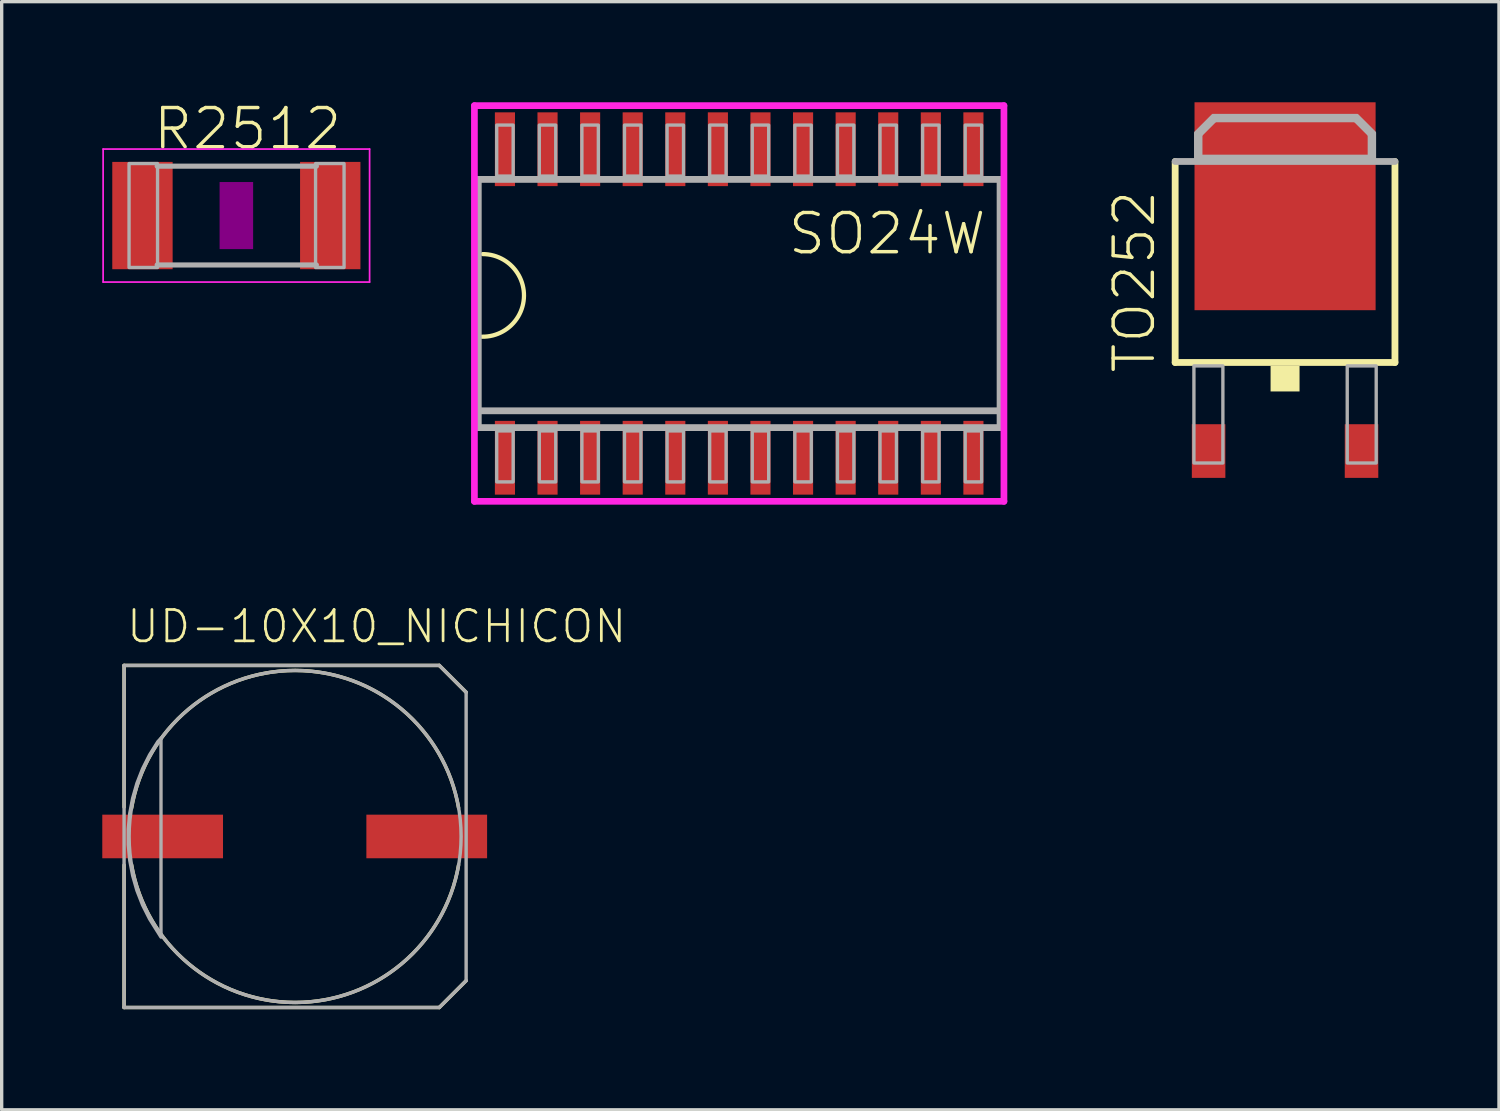
<source format=kicad_pcb>
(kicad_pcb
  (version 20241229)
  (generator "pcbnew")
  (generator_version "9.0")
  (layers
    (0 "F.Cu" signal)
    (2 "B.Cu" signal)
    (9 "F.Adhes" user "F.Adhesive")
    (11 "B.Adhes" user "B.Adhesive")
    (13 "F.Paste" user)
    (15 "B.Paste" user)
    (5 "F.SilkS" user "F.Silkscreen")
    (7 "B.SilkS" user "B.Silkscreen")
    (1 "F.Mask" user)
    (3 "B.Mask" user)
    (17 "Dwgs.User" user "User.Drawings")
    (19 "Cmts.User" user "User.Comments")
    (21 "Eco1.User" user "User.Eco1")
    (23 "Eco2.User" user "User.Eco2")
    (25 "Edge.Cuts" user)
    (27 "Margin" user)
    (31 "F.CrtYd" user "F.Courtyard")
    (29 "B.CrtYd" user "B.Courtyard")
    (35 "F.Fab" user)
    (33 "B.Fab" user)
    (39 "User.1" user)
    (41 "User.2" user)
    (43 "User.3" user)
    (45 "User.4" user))
  (footprint "SO24W"
    (layer "F.Cu")
    (at 18.992 6)
    (property "Reference" "SO24W" (at 1.397 -1.397 0) (layer "F.SilkS") (effects (font (size 1.168 1.168) (thickness 0.102)) (justify left bottom)))
    (fp_arc (start -7.6454 -1.4732) (mid -6.413434 -0.228468) (end -7.6708 0.9906) (stroke (width 0.127) (type solid)) (layer "F.SilkS"))
    (fp_line (start -7.895 -5.9) (end 7.895 -5.9) (stroke (width 0.2) (type solid)) (layer "F.CrtYd"))
    (fp_line (start -7.895 5.9) (end -7.895 -5.9) (stroke (width 0.2) (type solid)) (layer "F.CrtYd"))
    (fp_line (start 7.895 -5.9) (end 7.895 5.9) (stroke (width 0.2) (type solid)) (layer "F.CrtYd"))
    (fp_line (start 7.895 5.9) (end -7.895 5.9) (stroke (width 0.2) (type solid)) (layer "F.CrtYd"))
    (fp_line (start -7.78 -3.7) (end 7.78 -3.7) (stroke (width 0.203) (type solid)) (layer "F.Fab"))
    (fp_line (start -7.78 3.2) (end -7.78 -3.7) (stroke (width 0.203) (type solid)) (layer "F.Fab"))
    (fp_line (start -7.78 3.7) (end -7.78 3.2) (stroke (width 0.203) (type solid)) (layer "F.Fab"))
    (fp_line (start 7.78 -3.7) (end 7.78 3.2) (stroke (width 0.203) (type solid)) (layer "F.Fab"))
    (fp_line (start 7.78 3.2) (end -7.78 3.2) (stroke (width 0.203) (type solid)) (layer "F.Fab"))
    (fp_line (start 7.78 3.2) (end 7.78 3.7) (stroke (width 0.203) (type solid)) (layer "F.Fab"))
    (fp_line (start 7.78 3.7) (end -7.78 3.7) (stroke (width 0.203) (type solid)) (layer "F.Fab"))
    (fp_poly (pts (xy -7.23 -3.8) (xy -6.74 -3.8) (xy -6.74 -5.32) (xy -7.23 -5.32)) (stroke (width 0.1) (type default)) (fill no) (layer "F.Fab"))
    (fp_poly (pts (xy -7.23 5.32) (xy -6.74 5.32) (xy -6.74 3.8) (xy -7.23 3.8)) (stroke (width 0.1) (type default)) (fill no) (layer "F.Fab"))
    (fp_poly (pts (xy -5.96 -3.8) (xy -5.47 -3.8) (xy -5.47 -5.32) (xy -5.96 -5.32)) (stroke (width 0.1) (type default)) (fill no) (layer "F.Fab"))
    (fp_poly (pts (xy -5.96 5.32) (xy -5.47 5.32) (xy -5.47 3.8) (xy -5.96 3.8)) (stroke (width 0.1) (type default)) (fill no) (layer "F.Fab"))
    (fp_poly (pts (xy -4.69 -3.8) (xy -4.2 -3.8) (xy -4.2 -5.32) (xy -4.69 -5.32)) (stroke (width 0.1) (type default)) (fill no) (layer "F.Fab"))
    (fp_poly (pts (xy -4.69 5.32) (xy -4.2 5.32) (xy -4.2 3.8) (xy -4.69 3.8)) (stroke (width 0.1) (type default)) (fill no) (layer "F.Fab"))
    (fp_poly (pts (xy -3.42 -3.8) (xy -2.93 -3.8) (xy -2.93 -5.32) (xy -3.42 -5.32)) (stroke (width 0.1) (type default)) (fill no) (layer "F.Fab"))
    (fp_poly (pts (xy -3.42 5.32) (xy -2.93 5.32) (xy -2.93 3.8) (xy -3.42 3.8)) (stroke (width 0.1) (type default)) (fill no) (layer "F.Fab"))
    (fp_poly (pts (xy -2.15 -3.8) (xy -1.66 -3.8) (xy -1.66 -5.32) (xy -2.15 -5.32)) (stroke (width 0.1) (type default)) (fill no) (layer "F.Fab"))
    (fp_poly (pts (xy -2.15 5.32) (xy -1.66 5.32) (xy -1.66 3.8) (xy -2.15 3.8)) (stroke (width 0.1) (type default)) (fill no) (layer "F.Fab"))
    (fp_poly (pts (xy -0.88 -3.8) (xy -0.39 -3.8) (xy -0.39 -5.32) (xy -0.88 -5.32)) (stroke (width 0.1) (type default)) (fill no) (layer "F.Fab"))
    (fp_poly (pts (xy -0.88 5.32) (xy -0.39 5.32) (xy -0.39 3.8) (xy -0.88 3.8)) (stroke (width 0.1) (type default)) (fill no) (layer "F.Fab"))
    (fp_poly (pts (xy 0.39 -3.8) (xy 0.88 -3.8) (xy 0.88 -5.32) (xy 0.39 -5.32)) (stroke (width 0.1) (type default)) (fill no) (layer "F.Fab"))
    (fp_poly (pts (xy 0.39 5.32) (xy 0.88 5.32) (xy 0.88 3.8) (xy 0.39 3.8)) (stroke (width 0.1) (type default)) (fill no) (layer "F.Fab"))
    (fp_poly (pts (xy 1.66 -3.8) (xy 2.15 -3.8) (xy 2.15 -5.32) (xy 1.66 -5.32)) (stroke (width 0.1) (type default)) (fill no) (layer "F.Fab"))
    (fp_poly (pts (xy 1.66 5.32) (xy 2.15 5.32) (xy 2.15 3.8) (xy 1.66 3.8)) (stroke (width 0.1) (type default)) (fill no) (layer "F.Fab"))
    (fp_poly (pts (xy 2.93 -3.8) (xy 3.42 -3.8) (xy 3.42 -5.32) (xy 2.93 -5.32)) (stroke (width 0.1) (type default)) (fill no) (layer "F.Fab"))
    (fp_poly (pts (xy 2.93 5.32) (xy 3.42 5.32) (xy 3.42 3.8) (xy 2.93 3.8)) (stroke (width 0.1) (type default)) (fill no) (layer "F.Fab"))
    (fp_poly (pts (xy 4.2 -3.8) (xy 4.69 -3.8) (xy 4.69 -5.32) (xy 4.2 -5.32)) (stroke (width 0.1) (type default)) (fill no) (layer "F.Fab"))
    (fp_poly (pts (xy 4.2 5.32) (xy 4.69 5.32) (xy 4.69 3.8) (xy 4.2 3.8)) (stroke (width 0.1) (type default)) (fill no) (layer "F.Fab"))
    (fp_poly (pts (xy 5.47 -3.8) (xy 5.96 -3.8) (xy 5.96 -5.32) (xy 5.47 -5.32)) (stroke (width 0.1) (type default)) (fill no) (layer "F.Fab"))
    (fp_poly (pts (xy 5.47 5.32) (xy 5.96 5.32) (xy 5.96 3.8) (xy 5.47 3.8)) (stroke (width 0.1) (type default)) (fill no) (layer "F.Fab"))
    (fp_poly (pts (xy 6.74 -3.8) (xy 7.23 -3.8) (xy 7.23 -5.32) (xy 6.74 -5.32)) (stroke (width 0.1) (type default)) (fill no) (layer "F.Fab"))
    (fp_poly (pts (xy 6.74 5.32) (xy 7.23 5.32) (xy 7.23 3.8) (xy 6.74 3.8)) (stroke (width 0.1) (type default)) (fill no) (layer "F.Fab"))
    (pad "1" smd rect (at -6.985 4.6) (size 0.6 2.2) (layers "F.Cu" "F.Mask" "F.Paste"))
    (pad "2" smd rect (at -5.715 4.6) (size 0.6 2.2) (layers "F.Cu" "F.Mask" "F.Paste"))
    (pad "3" smd rect (at -4.445 4.6) (size 0.6 2.2) (layers "F.Cu" "F.Mask" "F.Paste"))
    (pad "4" smd rect (at -3.175 4.6) (size 0.6 2.2) (layers "F.Cu" "F.Mask" "F.Paste"))
    (pad "5" smd rect (at -1.905 4.6) (size 0.6 2.2) (layers "F.Cu" "F.Mask" "F.Paste"))
    (pad "6" smd rect (at -0.635 4.6) (size 0.6 2.2) (layers "F.Cu" "F.Mask" "F.Paste"))
    (pad "7" smd rect (at 0.635 4.6) (size 0.6 2.2) (layers "F.Cu" "F.Mask" "F.Paste"))
    (pad "8" smd rect (at 1.905 4.6) (size 0.6 2.2) (layers "F.Cu" "F.Mask" "F.Paste"))
    (pad "9" smd rect (at 3.175 4.6) (size 0.6 2.2) (layers "F.Cu" "F.Mask" "F.Paste"))
    (pad "10" smd rect (at 4.445 4.6) (size 0.6 2.2) (layers "F.Cu" "F.Mask" "F.Paste"))
    (pad "11" smd rect (at 5.715 4.6) (size 0.6 2.2) (layers "F.Cu" "F.Mask" "F.Paste"))
    (pad "12" smd rect (at 6.985 4.6) (size 0.6 2.2) (layers "F.Cu" "F.Mask" "F.Paste"))
    (pad "13" smd rect (at 6.985 -4.6) (size 0.6 2.2) (layers "F.Cu" "F.Mask" "F.Paste"))
    (pad "14" smd rect (at 5.715 -4.6) (size 0.6 2.2) (layers "F.Cu" "F.Mask" "F.Paste"))
    (pad "15" smd rect (at 4.445 -4.6) (size 0.6 2.2) (layers "F.Cu" "F.Mask" "F.Paste"))
    (pad "16" smd rect (at 3.175 -4.6) (size 0.6 2.2) (layers "F.Cu" "F.Mask" "F.Paste"))
    (pad "17" smd rect (at 1.905 -4.6) (size 0.6 2.2) (layers "F.Cu" "F.Mask" "F.Paste"))
    (pad "18" smd rect (at 0.635 -4.6) (size 0.6 2.2) (layers "F.Cu" "F.Mask" "F.Paste"))
    (pad "19" smd rect (at -0.635 -4.6) (size 0.6 2.2) (layers "F.Cu" "F.Mask" "F.Paste"))
    (pad "20" smd rect (at -1.905 -4.6) (size 0.6 2.2) (layers "F.Cu" "F.Mask" "F.Paste"))
    (pad "21" smd rect (at -3.175 -4.6) (size 0.6 2.2) (layers "F.Cu" "F.Mask" "F.Paste"))
    (pad "22" smd rect (at -4.445 -4.6) (size 0.6 2.2) (layers "F.Cu" "F.Mask" "F.Paste"))
    (pad "23" smd rect (at -5.715 -4.6) (size 0.6 2.2) (layers "F.Cu" "F.Mask" "F.Paste"))
    (pad "24" smd rect (at -6.985 -4.6) (size 0.6 2.2) (layers "F.Cu" "F.Mask" "F.Paste")))
  (footprint "TO252"
    (layer "F.Cu")
    (at 35.27 5.6)
    (property "Reference" "TO252" (at -3.81 2.54 90) (layer "F.SilkS") (effects (font (size 1.168 1.168) (thickness 0.102)) (justify left bottom)))
    (fp_line (start -3.277 2.159) (end -3.277 -3.835) (stroke (width 0.203) (type solid)) (layer "F.SilkS"))
    (fp_line (start 3.277 -3.835) (end 3.277 2.159) (stroke (width 0.203) (type solid)) (layer "F.SilkS"))
    (fp_line (start 3.277 2.159) (end -3.277 2.159) (stroke (width 0.203) (type solid)) (layer "F.SilkS"))
    (fp_poly (pts (xy -0.432 3.023) (xy 0.432 3.023) (xy 0.432 2.261) (xy -0.432 2.261)) (stroke (width 0) (type default)) (fill yes) (layer "F.SilkS"))
    (fp_line (start -3.277 -3.835) (end 3.277 -3.835) (stroke (width 0.203) (type solid)) (layer "F.Fab"))
    (fp_line (start -2.565 -4.648) (end -2.108 -5.105) (stroke (width 0.203) (type solid)) (layer "F.Fab"))
    (fp_line (start -2.565 -3.937) (end -2.565 -4.648) (stroke (width 0.203) (type solid)) (layer "F.Fab"))
    (fp_line (start -2.108 -5.105) (end 2.108 -5.105) (stroke (width 0.203) (type solid)) (layer "F.Fab"))
    (fp_line (start 2.108 -5.105) (end 2.565 -4.648) (stroke (width 0.203) (type solid)) (layer "F.Fab"))
    (fp_line (start 2.565 -4.648) (end 2.565 -3.937) (stroke (width 0.203) (type solid)) (layer "F.Fab"))
    (fp_line (start 2.565 -3.937) (end -2.565 -3.937) (stroke (width 0.203) (type solid)) (layer "F.Fab"))
    (fp_poly (pts (xy -2.718 5.156) (xy -1.854 5.156) (xy -1.854 2.261) (xy -2.718 2.261)) (stroke (width 0.1) (type default)) (fill no) (layer "F.Fab"))
    (fp_poly (pts (xy 1.854 5.156) (xy 2.718 5.156) (xy 2.718 2.261) (xy 1.854 2.261)) (stroke (width 0.1) (type default)) (fill no) (layer "F.Fab"))
    (fp_poly (pts (xy 2.665 -4.69) (xy 2.665 -3.837) (xy -2.665 -3.837) (xy -2.665 -4.69) (xy -2.15 -5.205) (xy 2.15 -5.205)) (stroke (width 0.1) (type default)) (fill no) (layer "F.Fab"))
    (pad "1" smd rect (at -2.28 4.8) (size 1 1.6) (layers "F.Cu" "F.Mask" "F.Paste"))
    (pad "2" smd rect (at 2.28 4.8) (size 1 1.6) (layers "F.Cu" "F.Mask" "F.Paste"))
    (pad "3" smd rect (at 0 -2.5) (size 5.4 6.2) (layers "F.Cu" "F.Mask" "F.Paste")))
  (footprint "UD-10X10_NICHICON"
    (layer "F.Cu")
    (at 5.75 21.893)
    (property "Reference" "UD-10X10_NICHICON" (at -5.08 -5.715 0) (layer "F.SilkS") (effects (font (size 0.935 0.935) (thickness 0.081)) (justify left bottom)))
    (fp_line (start -5.1 -5.1) (end 4.3 -5.1) (stroke (width 0.102) (type solid)) (layer "F.SilkS"))
    (fp_line (start -5.1 -0.875) (end -5.1 -5.1) (stroke (width 0.102) (type solid)) (layer "F.SilkS"))
    (fp_line (start -5.1 5.1) (end -5.1 0.85) (stroke (width 0.102) (type solid)) (layer "F.SilkS"))
    (fp_line (start 4.3 -5.1) (end 5.1 -4.3) (stroke (width 0.102) (type solid)) (layer "F.SilkS"))
    (fp_line (start 4.3 5.1) (end -5.1 5.1) (stroke (width 0.102) (type solid)) (layer "F.SilkS"))
    (fp_line (start 5.1 4.3) (end 4.3 5.1) (stroke (width 0.102) (type solid)) (layer "F.SilkS"))
    (fp_arc (start -4.875 -0.85) (mid 0.000001 -4.950038) (end 4.875 -0.849998) (stroke (width 0.1016) (type solid)) (layer "F.SilkS"))
    (fp_arc (start 4.875 0.85) (mid -0.000001 4.950038) (end -4.875 0.849998) (stroke (width 0.1016) (type solid)) (layer "F.SilkS"))
    (fp_line (start -5.1 -5.1) (end 4.3 -5.1) (stroke (width 0.102) (type solid)) (layer "F.Fab"))
    (fp_line (start -5.1 5.1) (end -5.1 -5.1) (stroke (width 0.102) (type solid)) (layer "F.Fab"))
    (fp_line (start 4.3 -5.1) (end 5.1 -4.3) (stroke (width 0.102) (type solid)) (layer "F.Fab"))
    (fp_line (start 4.3 5.1) (end -5.1 5.1) (stroke (width 0.102) (type solid)) (layer "F.Fab"))
    (fp_line (start 5.1 -4.3) (end 5.1 4.3) (stroke (width 0.102) (type solid)) (layer "F.Fab"))
    (fp_line (start 5.1 4.3) (end 4.3 5.1) (stroke (width 0.102) (type solid)) (layer "F.Fab"))
    (fp_circle (center 0 0) (end 4.95 0) (stroke (width 0.102) (type solid)) (fill no) (layer "F.Fab"))
    (fp_poly (pts (xy -3.999 3.002) (xy -4.339 2.46) (xy -4.548 2.045) (xy -4.717 1.612) (xy -4.845 1.165) (xy -4.932 0.708) (xy -4.975 0.245) (xy -4.975 -0.22) (xy -4.932 -0.683) (xy -4.845 -1.14) (xy -4.717 -1.587) (xy -4.548 -2.02) (xy -4.339 -2.435) (xy -4.09 -2.832) (xy -3.999 -2.923)) (stroke (width 0.1) (type default)) (fill no) (layer "F.Fab"))
    (pad "+" smd rect (at 3.925 0) (size 3.6 1.3) (layers "F.Cu" "F.Mask" "F.Paste"))
    (pad "-" smd rect (at -3.95 0) (size 3.6 1.3) (layers "F.Cu" "F.Mask" "F.Paste")))
  (footprint "R2512"
    (layer "F.Cu")
    (at 3.998 3.378)
    (property "Reference" "R2512" (at -2.54 -1.905 0) (layer "F.SilkS") (effects (font (size 1.168 1.168) (thickness 0.102)) (justify left bottom)))
    (fp_poly (pts (xy -0.5 1) (xy 0.5 1) (xy 0.5 -1) (xy -0.5 -1)) (stroke (width 0) (type default)) (fill yes) (layer "F.Adhes"))
    (fp_line (start -3.973 -1.983) (end 3.973 -1.983) (stroke (width 0.051) (type solid)) (layer "F.CrtYd"))
    (fp_line (start -3.973 1.983) (end -3.973 -1.983) (stroke (width 0.051) (type solid)) (layer "F.CrtYd"))
    (fp_line (start 3.973 -1.983) (end 3.973 1.983) (stroke (width 0.051) (type solid)) (layer "F.CrtYd"))
    (fp_line (start 3.973 1.983) (end -3.973 1.983) (stroke (width 0.051) (type solid)) (layer "F.CrtYd"))
    (fp_line (start -2.362 -1.473) (end 2.387 -1.473) (stroke (width 0.152) (type solid)) (layer "F.Fab"))
    (fp_line (start -2.362 1.473) (end 2.387 1.473) (stroke (width 0.152) (type solid)) (layer "F.Fab"))
    (fp_poly (pts (xy -3.2 1.549) (xy -2.35 1.549) (xy -2.35 -1.551) (xy -3.2 -1.551)) (stroke (width 0.1) (type default)) (fill no) (layer "F.Fab"))
    (fp_poly (pts (xy 2.362 1.549) (xy 3.212 1.549) (xy 3.212 -1.551) (xy 2.362 -1.551)) (stroke (width 0.1) (type default)) (fill no) (layer "F.Fab"))
    (pad "1" smd rect (at -2.8 0) (size 1.8 3.2) (layers "F.Cu" "F.Mask" "F.Paste"))
    (pad "2" smd rect (at 2.8 0) (size 1.8 3.2) (layers "F.Cu" "F.Mask" "F.Paste")))
  (gr_rect
    (start -3 -3)
    (end 41.649 30.044)
    (stroke (width 0.1) (type default))
    (fill no)
    (layer "Edge.Cuts")))
</source>
